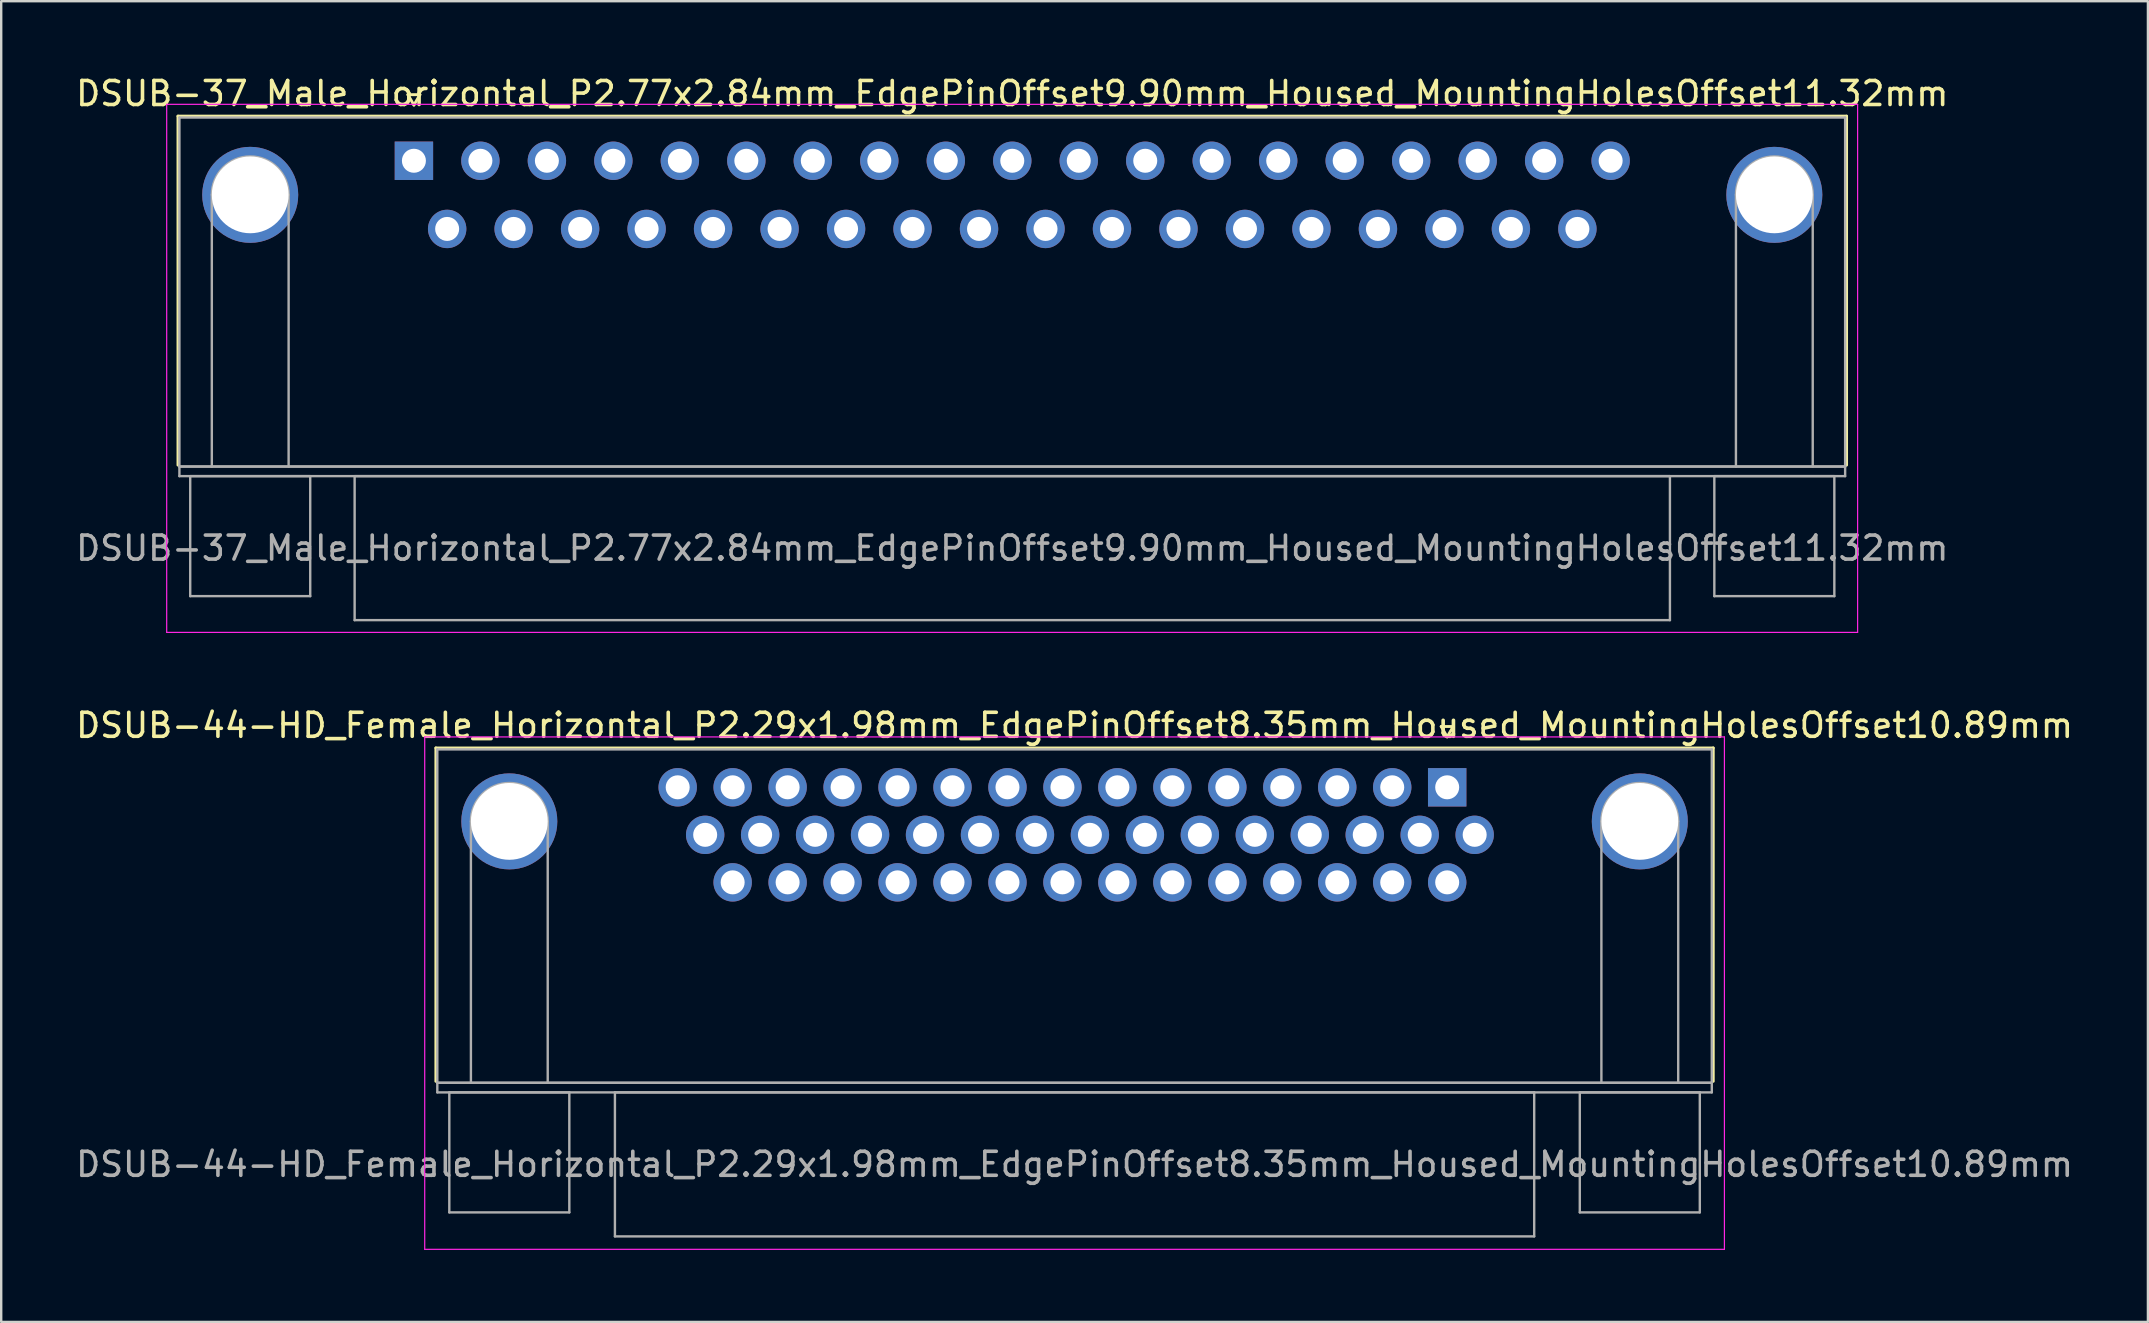
<source format=kicad_pcb>
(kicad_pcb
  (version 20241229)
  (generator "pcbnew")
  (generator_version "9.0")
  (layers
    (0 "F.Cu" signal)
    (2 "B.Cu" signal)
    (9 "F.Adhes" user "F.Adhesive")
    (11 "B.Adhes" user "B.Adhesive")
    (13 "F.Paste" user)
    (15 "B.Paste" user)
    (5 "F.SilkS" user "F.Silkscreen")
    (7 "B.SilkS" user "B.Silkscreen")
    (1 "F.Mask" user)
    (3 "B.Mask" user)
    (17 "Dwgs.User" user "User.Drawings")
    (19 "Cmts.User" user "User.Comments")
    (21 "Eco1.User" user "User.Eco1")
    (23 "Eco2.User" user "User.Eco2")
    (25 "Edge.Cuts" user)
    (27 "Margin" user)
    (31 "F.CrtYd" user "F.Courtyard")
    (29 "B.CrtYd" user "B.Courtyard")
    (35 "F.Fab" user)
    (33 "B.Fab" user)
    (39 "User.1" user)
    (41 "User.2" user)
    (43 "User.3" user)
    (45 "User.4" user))
  (footprint "DSUB-44-HD_Female_Horizontal_P2.29x1.98mm_EdgePinOffset8.35mm_Housed_MountingHolesOffset10.89mm"
    (layer "F.Cu")
    (at 57.245 29.752)
    (property "Reference" "DSUB-44-HD_Female_Horizontal_P2.29x1.98mm_EdgePinOffset8.35mm_Housed_MountingHolesOffset10.89mm" (at -15.525 -2.58 0) (layer "F.SilkS") (effects (font (size 1 1) (thickness 0.15))))
    (attr through_hole)
    (fp_line (start -42.135 -1.64) (end 11.085 -1.64) (stroke (width 0.12) (type solid)) (layer "F.SilkS"))
    (fp_line (start -42.135 12.25) (end -42.135 -1.64) (stroke (width 0.12) (type solid)) (layer "F.SilkS"))
    (fp_line (start -0.25 -2.534) (end 0.25 -2.534) (stroke (width 0.12) (type solid)) (layer "F.SilkS"))
    (fp_line (start 0 -2.101) (end -0.25 -2.534) (stroke (width 0.12) (type solid)) (layer "F.SilkS"))
    (fp_line (start 0.25 -2.534) (end 0 -2.101) (stroke (width 0.12) (type solid)) (layer "F.SilkS"))
    (fp_line (start 11.085 -1.64) (end 11.085 12.25) (stroke (width 0.12) (type solid)) (layer "F.SilkS"))
    (fp_line (start -42.6 -2.1) (end -42.6 19.25) (stroke (width 0.05) (type solid)) (layer "F.CrtYd"))
    (fp_line (start -42.6 19.25) (end 11.55 19.25) (stroke (width 0.05) (type solid)) (layer "F.CrtYd"))
    (fp_line (start 11.55 -2.1) (end -42.6 -2.1) (stroke (width 0.05) (type solid)) (layer "F.CrtYd"))
    (fp_line (start 11.55 19.25) (end 11.55 -2.1) (stroke (width 0.05) (type solid)) (layer "F.CrtYd"))
    (fp_line (start -42.075 -1.58) (end -42.075 12.31) (stroke (width 0.1) (type solid)) (layer "F.Fab"))
    (fp_line (start -42.075 12.31) (end -42.075 12.71) (stroke (width 0.1) (type solid)) (layer "F.Fab"))
    (fp_line (start -42.075 12.31) (end 11.025 12.31) (stroke (width 0.1) (type solid)) (layer "F.Fab"))
    (fp_line (start -42.075 12.71) (end 11.025 12.71) (stroke (width 0.1) (type solid)) (layer "F.Fab"))
    (fp_line (start -41.575 12.71) (end -41.575 17.71) (stroke (width 0.1) (type solid)) (layer "F.Fab"))
    (fp_line (start -41.575 17.71) (end -36.575 17.71) (stroke (width 0.1) (type solid)) (layer "F.Fab"))
    (fp_line (start -40.675 12.31) (end -40.675 1.42) (stroke (width 0.1) (type solid)) (layer "F.Fab"))
    (fp_line (start -37.475 12.31) (end -37.475 1.42) (stroke (width 0.1) (type solid)) (layer "F.Fab"))
    (fp_line (start -36.575 12.71) (end -41.575 12.71) (stroke (width 0.1) (type solid)) (layer "F.Fab"))
    (fp_line (start -36.575 17.71) (end -36.575 12.71) (stroke (width 0.1) (type solid)) (layer "F.Fab"))
    (fp_line (start -34.675 12.71) (end -34.675 18.71) (stroke (width 0.1) (type solid)) (layer "F.Fab"))
    (fp_line (start -34.675 18.71) (end 3.625 18.71) (stroke (width 0.1) (type solid)) (layer "F.Fab"))
    (fp_line (start 3.625 12.71) (end -34.675 12.71) (stroke (width 0.1) (type solid)) (layer "F.Fab"))
    (fp_line (start 3.625 18.71) (end 3.625 12.71) (stroke (width 0.1) (type solid)) (layer "F.Fab"))
    (fp_line (start 5.525 12.71) (end 5.525 17.71) (stroke (width 0.1) (type solid)) (layer "F.Fab"))
    (fp_line (start 5.525 17.71) (end 10.525 17.71) (stroke (width 0.1) (type solid)) (layer "F.Fab"))
    (fp_line (start 6.425 12.31) (end 6.425 1.42) (stroke (width 0.1) (type solid)) (layer "F.Fab"))
    (fp_line (start 9.625 12.31) (end 9.625 1.42) (stroke (width 0.1) (type solid)) (layer "F.Fab"))
    (fp_line (start 10.525 12.71) (end 5.525 12.71) (stroke (width 0.1) (type solid)) (layer "F.Fab"))
    (fp_line (start 10.525 17.71) (end 10.525 12.71) (stroke (width 0.1) (type solid)) (layer "F.Fab"))
    (fp_line (start 11.025 -1.58) (end -42.075 -1.58) (stroke (width 0.1) (type solid)) (layer "F.Fab"))
    (fp_line (start 11.025 12.31) (end -42.075 12.31) (stroke (width 0.1) (type solid)) (layer "F.Fab"))
    (fp_line (start 11.025 12.31) (end 11.025 -1.58) (stroke (width 0.1) (type solid)) (layer "F.Fab"))
    (fp_line (start 11.025 12.71) (end 11.025 12.31) (stroke (width 0.1) (type solid)) (layer "F.Fab"))
    (fp_arc (start -40.675 1.42) (mid -39.075 -0.18) (end -37.475 1.42) (stroke (width 0.1) (type solid)) (layer "F.Fab"))
    (fp_arc (start 6.425 1.42) (mid 8.025 -0.18) (end 9.625 1.42) (stroke (width 0.1) (type solid)) (layer "F.Fab"))
    (fp_text user "${REFERENCE}" (at -15.525 15.71 0) (layer "F.Fab") (effects (font (size 1 1) (thickness 0.15))))
    (pad "0" thru_hole circle (at -39.075 1.42) (size 4 4) (drill 3.2) (layers "*.Cu" "*.Mask"))
    (pad "0" thru_hole circle (at 8.025 1.42) (size 4 4) (drill 3.2) (layers "*.Cu" "*.Mask"))
    (pad "1" thru_hole rect (at 0 0) (size 1.6 1.6) (drill 1) (layers "*.Cu" "*.Mask"))
    (pad "2" thru_hole circle (at -2.29 0) (size 1.6 1.6) (drill 1) (layers "*.Cu" "*.Mask"))
    (pad "3" thru_hole circle (at -4.58 0) (size 1.6 1.6) (drill 1) (layers "*.Cu" "*.Mask"))
    (pad "4" thru_hole circle (at -6.87 0) (size 1.6 1.6) (drill 1) (layers "*.Cu" "*.Mask"))
    (pad "5" thru_hole circle (at -9.16 0) (size 1.6 1.6) (drill 1) (layers "*.Cu" "*.Mask"))
    (pad "6" thru_hole circle (at -11.45 0) (size 1.6 1.6) (drill 1) (layers "*.Cu" "*.Mask"))
    (pad "7" thru_hole circle (at -13.74 0) (size 1.6 1.6) (drill 1) (layers "*.Cu" "*.Mask"))
    (pad "8" thru_hole circle (at -16.03 0) (size 1.6 1.6) (drill 1) (layers "*.Cu" "*.Mask"))
    (pad "9" thru_hole circle (at -18.32 0) (size 1.6 1.6) (drill 1) (layers "*.Cu" "*.Mask"))
    (pad "10" thru_hole circle (at -20.61 0) (size 1.6 1.6) (drill 1) (layers "*.Cu" "*.Mask"))
    (pad "11" thru_hole circle (at -22.9 0) (size 1.6 1.6) (drill 1) (layers "*.Cu" "*.Mask"))
    (pad "12" thru_hole circle (at -25.19 0) (size 1.6 1.6) (drill 1) (layers "*.Cu" "*.Mask"))
    (pad "13" thru_hole circle (at -27.48 0) (size 1.6 1.6) (drill 1) (layers "*.Cu" "*.Mask"))
    (pad "14" thru_hole circle (at -29.77 0) (size 1.6 1.6) (drill 1) (layers "*.Cu" "*.Mask"))
    (pad "15" thru_hole circle (at -32.06 0) (size 1.6 1.6) (drill 1) (layers "*.Cu" "*.Mask"))
    (pad "16" thru_hole circle (at 1.145 1.98) (size 1.6 1.6) (drill 1) (layers "*.Cu" "*.Mask"))
    (pad "17" thru_hole circle (at -1.145 1.98) (size 1.6 1.6) (drill 1) (layers "*.Cu" "*.Mask"))
    (pad "18" thru_hole circle (at -3.435 1.98) (size 1.6 1.6) (drill 1) (layers "*.Cu" "*.Mask"))
    (pad "19" thru_hole circle (at -5.725 1.98) (size 1.6 1.6) (drill 1) (layers "*.Cu" "*.Mask"))
    (pad "20" thru_hole circle (at -8.015 1.98) (size 1.6 1.6) (drill 1) (layers "*.Cu" "*.Mask"))
    (pad "21" thru_hole circle (at -10.305 1.98) (size 1.6 1.6) (drill 1) (layers "*.Cu" "*.Mask"))
    (pad "22" thru_hole circle (at -12.595 1.98) (size 1.6 1.6) (drill 1) (layers "*.Cu" "*.Mask"))
    (pad "23" thru_hole circle (at -14.885 1.98) (size 1.6 1.6) (drill 1) (layers "*.Cu" "*.Mask"))
    (pad "24" thru_hole circle (at -17.175 1.98) (size 1.6 1.6) (drill 1) (layers "*.Cu" "*.Mask"))
    (pad "25" thru_hole circle (at -19.465 1.98) (size 1.6 1.6) (drill 1) (layers "*.Cu" "*.Mask"))
    (pad "26" thru_hole circle (at -21.755 1.98) (size 1.6 1.6) (drill 1) (layers "*.Cu" "*.Mask"))
    (pad "27" thru_hole circle (at -24.045 1.98) (size 1.6 1.6) (drill 1) (layers "*.Cu" "*.Mask"))
    (pad "28" thru_hole circle (at -26.335 1.98) (size 1.6 1.6) (drill 1) (layers "*.Cu" "*.Mask"))
    (pad "29" thru_hole circle (at -28.625 1.98) (size 1.6 1.6) (drill 1) (layers "*.Cu" "*.Mask"))
    (pad "30" thru_hole circle (at -30.915 1.98) (size 1.6 1.6) (drill 1) (layers "*.Cu" "*.Mask"))
    (pad "31" thru_hole circle (at 0 3.96) (size 1.6 1.6) (drill 1) (layers "*.Cu" "*.Mask"))
    (pad "32" thru_hole circle (at -2.29 3.96) (size 1.6 1.6) (drill 1) (layers "*.Cu" "*.Mask"))
    (pad "33" thru_hole circle (at -4.58 3.96) (size 1.6 1.6) (drill 1) (layers "*.Cu" "*.Mask"))
    (pad "34" thru_hole circle (at -6.87 3.96) (size 1.6 1.6) (drill 1) (layers "*.Cu" "*.Mask"))
    (pad "35" thru_hole circle (at -9.16 3.96) (size 1.6 1.6) (drill 1) (layers "*.Cu" "*.Mask"))
    (pad "36" thru_hole circle (at -11.45 3.96) (size 1.6 1.6) (drill 1) (layers "*.Cu" "*.Mask"))
    (pad "37" thru_hole circle (at -13.74 3.96) (size 1.6 1.6) (drill 1) (layers "*.Cu" "*.Mask"))
    (pad "38" thru_hole circle (at -16.03 3.96) (size 1.6 1.6) (drill 1) (layers "*.Cu" "*.Mask"))
    (pad "39" thru_hole circle (at -18.32 3.96) (size 1.6 1.6) (drill 1) (layers "*.Cu" "*.Mask"))
    (pad "40" thru_hole circle (at -20.61 3.96) (size 1.6 1.6) (drill 1) (layers "*.Cu" "*.Mask"))
    (pad "41" thru_hole circle (at -22.9 3.96) (size 1.6 1.6) (drill 1) (layers "*.Cu" "*.Mask"))
    (pad "42" thru_hole circle (at -25.19 3.96) (size 1.6 1.6) (drill 1) (layers "*.Cu" "*.Mask"))
    (pad "43" thru_hole circle (at -27.48 3.96) (size 1.6 1.6) (drill 1) (layers "*.Cu" "*.Mask"))
    (pad "44" thru_hole circle (at -29.77 3.96) (size 1.6 1.6) (drill 1) (layers "*.Cu" "*.Mask")))
  (footprint "DSUB-37_Male_Horizontal_P2.77x2.84mm_EdgePinOffset9.90mm_Housed_MountingHolesOffset11.32mm"
    (layer "F.Cu")
    (at 14.195 3.648)
    (property "Reference" "DSUB-37_Male_Horizontal_P2.77x2.84mm_EdgePinOffset9.90mm_Housed_MountingHolesOffset11.32mm" (at 24.93 -2.8 0) (layer "F.SilkS") (effects (font (size 1 1) (thickness 0.15))))
    (attr through_hole)
    (fp_line (start -9.83 -1.86) (end 59.69 -1.86) (stroke (width 0.12) (type solid)) (layer "F.SilkS"))
    (fp_line (start -9.83 12.68) (end -9.83 -1.86) (stroke (width 0.12) (type solid)) (layer "F.SilkS"))
    (fp_line (start -0.25 -2.754) (end 0.25 -2.754) (stroke (width 0.12) (type solid)) (layer "F.SilkS"))
    (fp_line (start 0 -2.321) (end -0.25 -2.754) (stroke (width 0.12) (type solid)) (layer "F.SilkS"))
    (fp_line (start 0.25 -2.754) (end 0 -2.321) (stroke (width 0.12) (type solid)) (layer "F.SilkS"))
    (fp_line (start 59.69 -1.86) (end 59.69 12.68) (stroke (width 0.12) (type solid)) (layer "F.SilkS"))
    (fp_line (start -10.3 -2.35) (end -10.3 19.65) (stroke (width 0.05) (type solid)) (layer "F.CrtYd"))
    (fp_line (start -10.3 19.65) (end 60.15 19.65) (stroke (width 0.05) (type solid)) (layer "F.CrtYd"))
    (fp_line (start 60.15 -2.35) (end -10.3 -2.35) (stroke (width 0.05) (type solid)) (layer "F.CrtYd"))
    (fp_line (start 60.15 19.65) (end 60.15 -2.35) (stroke (width 0.05) (type solid)) (layer "F.CrtYd"))
    (fp_line (start -9.77 -1.8) (end -9.77 12.74) (stroke (width 0.1) (type solid)) (layer "F.Fab"))
    (fp_line (start -9.77 12.74) (end -9.77 13.14) (stroke (width 0.1) (type solid)) (layer "F.Fab"))
    (fp_line (start -9.77 12.74) (end 59.63 12.74) (stroke (width 0.1) (type solid)) (layer "F.Fab"))
    (fp_line (start -9.77 13.14) (end 59.63 13.14) (stroke (width 0.1) (type solid)) (layer "F.Fab"))
    (fp_line (start -9.32 13.14) (end -9.32 18.14) (stroke (width 0.1) (type solid)) (layer "F.Fab"))
    (fp_line (start -9.32 18.14) (end -4.32 18.14) (stroke (width 0.1) (type solid)) (layer "F.Fab"))
    (fp_line (start -8.42 12.74) (end -8.42 1.42) (stroke (width 0.1) (type solid)) (layer "F.Fab"))
    (fp_line (start -5.22 12.74) (end -5.22 1.42) (stroke (width 0.1) (type solid)) (layer "F.Fab"))
    (fp_line (start -4.32 13.14) (end -9.32 13.14) (stroke (width 0.1) (type solid)) (layer "F.Fab"))
    (fp_line (start -4.32 18.14) (end -4.32 13.14) (stroke (width 0.1) (type solid)) (layer "F.Fab"))
    (fp_line (start -2.47 13.14) (end -2.47 19.14) (stroke (width 0.1) (type solid)) (layer "F.Fab"))
    (fp_line (start -2.47 19.14) (end 52.33 19.14) (stroke (width 0.1) (type solid)) (layer "F.Fab"))
    (fp_line (start 52.33 13.14) (end -2.47 13.14) (stroke (width 0.1) (type solid)) (layer "F.Fab"))
    (fp_line (start 52.33 19.14) (end 52.33 13.14) (stroke (width 0.1) (type solid)) (layer "F.Fab"))
    (fp_line (start 54.18 13.14) (end 54.18 18.14) (stroke (width 0.1) (type solid)) (layer "F.Fab"))
    (fp_line (start 54.18 18.14) (end 59.18 18.14) (stroke (width 0.1) (type solid)) (layer "F.Fab"))
    (fp_line (start 55.08 12.74) (end 55.08 1.42) (stroke (width 0.1) (type solid)) (layer "F.Fab"))
    (fp_line (start 58.28 12.74) (end 58.28 1.42) (stroke (width 0.1) (type solid)) (layer "F.Fab"))
    (fp_line (start 59.18 13.14) (end 54.18 13.14) (stroke (width 0.1) (type solid)) (layer "F.Fab"))
    (fp_line (start 59.18 18.14) (end 59.18 13.14) (stroke (width 0.1) (type solid)) (layer "F.Fab"))
    (fp_line (start 59.63 -1.8) (end -9.77 -1.8) (stroke (width 0.1) (type solid)) (layer "F.Fab"))
    (fp_line (start 59.63 12.74) (end -9.77 12.74) (stroke (width 0.1) (type solid)) (layer "F.Fab"))
    (fp_line (start 59.63 12.74) (end 59.63 -1.8) (stroke (width 0.1) (type solid)) (layer "F.Fab"))
    (fp_line (start 59.63 13.14) (end 59.63 12.74) (stroke (width 0.1) (type solid)) (layer "F.Fab"))
    (fp_arc (start -8.42 1.42) (mid -6.82 -0.18) (end -5.22 1.42) (stroke (width 0.1) (type solid)) (layer "F.Fab"))
    (fp_arc (start 55.08 1.42) (mid 56.68 -0.18) (end 58.28 1.42) (stroke (width 0.1) (type solid)) (layer "F.Fab"))
    (fp_text user "${REFERENCE}" (at 24.93 16.14 0) (layer "F.Fab") (effects (font (size 1 1) (thickness 0.15))))
    (pad "0" thru_hole circle (at -6.82 1.42) (size 4 4) (drill 3.2) (layers "*.Cu" "*.Mask"))
    (pad "0" thru_hole circle (at 56.68 1.42) (size 4 4) (drill 3.2) (layers "*.Cu" "*.Mask"))
    (pad "1" thru_hole rect (at 0 0) (size 1.6 1.6) (drill 1) (layers "*.Cu" "*.Mask"))
    (pad "2" thru_hole circle (at 2.77 0) (size 1.6 1.6) (drill 1) (layers "*.Cu" "*.Mask"))
    (pad "3" thru_hole circle (at 5.54 0) (size 1.6 1.6) (drill 1) (layers "*.Cu" "*.Mask"))
    (pad "4" thru_hole circle (at 8.31 0) (size 1.6 1.6) (drill 1) (layers "*.Cu" "*.Mask"))
    (pad "5" thru_hole circle (at 11.08 0) (size 1.6 1.6) (drill 1) (layers "*.Cu" "*.Mask"))
    (pad "6" thru_hole circle (at 13.85 0) (size 1.6 1.6) (drill 1) (layers "*.Cu" "*.Mask"))
    (pad "7" thru_hole circle (at 16.62 0) (size 1.6 1.6) (drill 1) (layers "*.Cu" "*.Mask"))
    (pad "8" thru_hole circle (at 19.39 0) (size 1.6 1.6) (drill 1) (layers "*.Cu" "*.Mask"))
    (pad "9" thru_hole circle (at 22.16 0) (size 1.6 1.6) (drill 1) (layers "*.Cu" "*.Mask"))
    (pad "10" thru_hole circle (at 24.93 0) (size 1.6 1.6) (drill 1) (layers "*.Cu" "*.Mask"))
    (pad "11" thru_hole circle (at 27.7 0) (size 1.6 1.6) (drill 1) (layers "*.Cu" "*.Mask"))
    (pad "12" thru_hole circle (at 30.47 0) (size 1.6 1.6) (drill 1) (layers "*.Cu" "*.Mask"))
    (pad "13" thru_hole circle (at 33.24 0) (size 1.6 1.6) (drill 1) (layers "*.Cu" "*.Mask"))
    (pad "14" thru_hole circle (at 36.01 0) (size 1.6 1.6) (drill 1) (layers "*.Cu" "*.Mask"))
    (pad "15" thru_hole circle (at 38.78 0) (size 1.6 1.6) (drill 1) (layers "*.Cu" "*.Mask"))
    (pad "16" thru_hole circle (at 41.55 0) (size 1.6 1.6) (drill 1) (layers "*.Cu" "*.Mask"))
    (pad "17" thru_hole circle (at 44.32 0) (size 1.6 1.6) (drill 1) (layers "*.Cu" "*.Mask"))
    (pad "18" thru_hole circle (at 47.09 0) (size 1.6 1.6) (drill 1) (layers "*.Cu" "*.Mask"))
    (pad "19" thru_hole circle (at 49.86 0) (size 1.6 1.6) (drill 1) (layers "*.Cu" "*.Mask"))
    (pad "20" thru_hole circle (at 1.385 2.84) (size 1.6 1.6) (drill 1) (layers "*.Cu" "*.Mask"))
    (pad "21" thru_hole circle (at 4.155 2.84) (size 1.6 1.6) (drill 1) (layers "*.Cu" "*.Mask"))
    (pad "22" thru_hole circle (at 6.925 2.84) (size 1.6 1.6) (drill 1) (layers "*.Cu" "*.Mask"))
    (pad "23" thru_hole circle (at 9.695 2.84) (size 1.6 1.6) (drill 1) (layers "*.Cu" "*.Mask"))
    (pad "24" thru_hole circle (at 12.465 2.84) (size 1.6 1.6) (drill 1) (layers "*.Cu" "*.Mask"))
    (pad "25" thru_hole circle (at 15.235 2.84) (size 1.6 1.6) (drill 1) (layers "*.Cu" "*.Mask"))
    (pad "26" thru_hole circle (at 18.005 2.84) (size 1.6 1.6) (drill 1) (layers "*.Cu" "*.Mask"))
    (pad "27" thru_hole circle (at 20.775 2.84) (size 1.6 1.6) (drill 1) (layers "*.Cu" "*.Mask"))
    (pad "28" thru_hole circle (at 23.545 2.84) (size 1.6 1.6) (drill 1) (layers "*.Cu" "*.Mask"))
    (pad "29" thru_hole circle (at 26.315 2.84) (size 1.6 1.6) (drill 1) (layers "*.Cu" "*.Mask"))
    (pad "30" thru_hole circle (at 29.085 2.84) (size 1.6 1.6) (drill 1) (layers "*.Cu" "*.Mask"))
    (pad "31" thru_hole circle (at 31.855 2.84) (size 1.6 1.6) (drill 1) (layers "*.Cu" "*.Mask"))
    (pad "32" thru_hole circle (at 34.625 2.84) (size 1.6 1.6) (drill 1) (layers "*.Cu" "*.Mask"))
    (pad "33" thru_hole circle (at 37.395 2.84) (size 1.6 1.6) (drill 1) (layers "*.Cu" "*.Mask"))
    (pad "34" thru_hole circle (at 40.165 2.84) (size 1.6 1.6) (drill 1) (layers "*.Cu" "*.Mask"))
    (pad "35" thru_hole circle (at 42.935 2.84) (size 1.6 1.6) (drill 1) (layers "*.Cu" "*.Mask"))
    (pad "36" thru_hole circle (at 45.705 2.84) (size 1.6 1.6) (drill 1) (layers "*.Cu" "*.Mask"))
    (pad "37" thru_hole circle (at 48.475 2.84) (size 1.6 1.6) (drill 1) (layers "*.Cu" "*.Mask")))
  (gr_rect
    (start -3 -3)
    (end 86.44 52.026)
    (stroke (width 0.1) (type default))
    (fill no)
    (layer "Edge.Cuts")))
</source>
